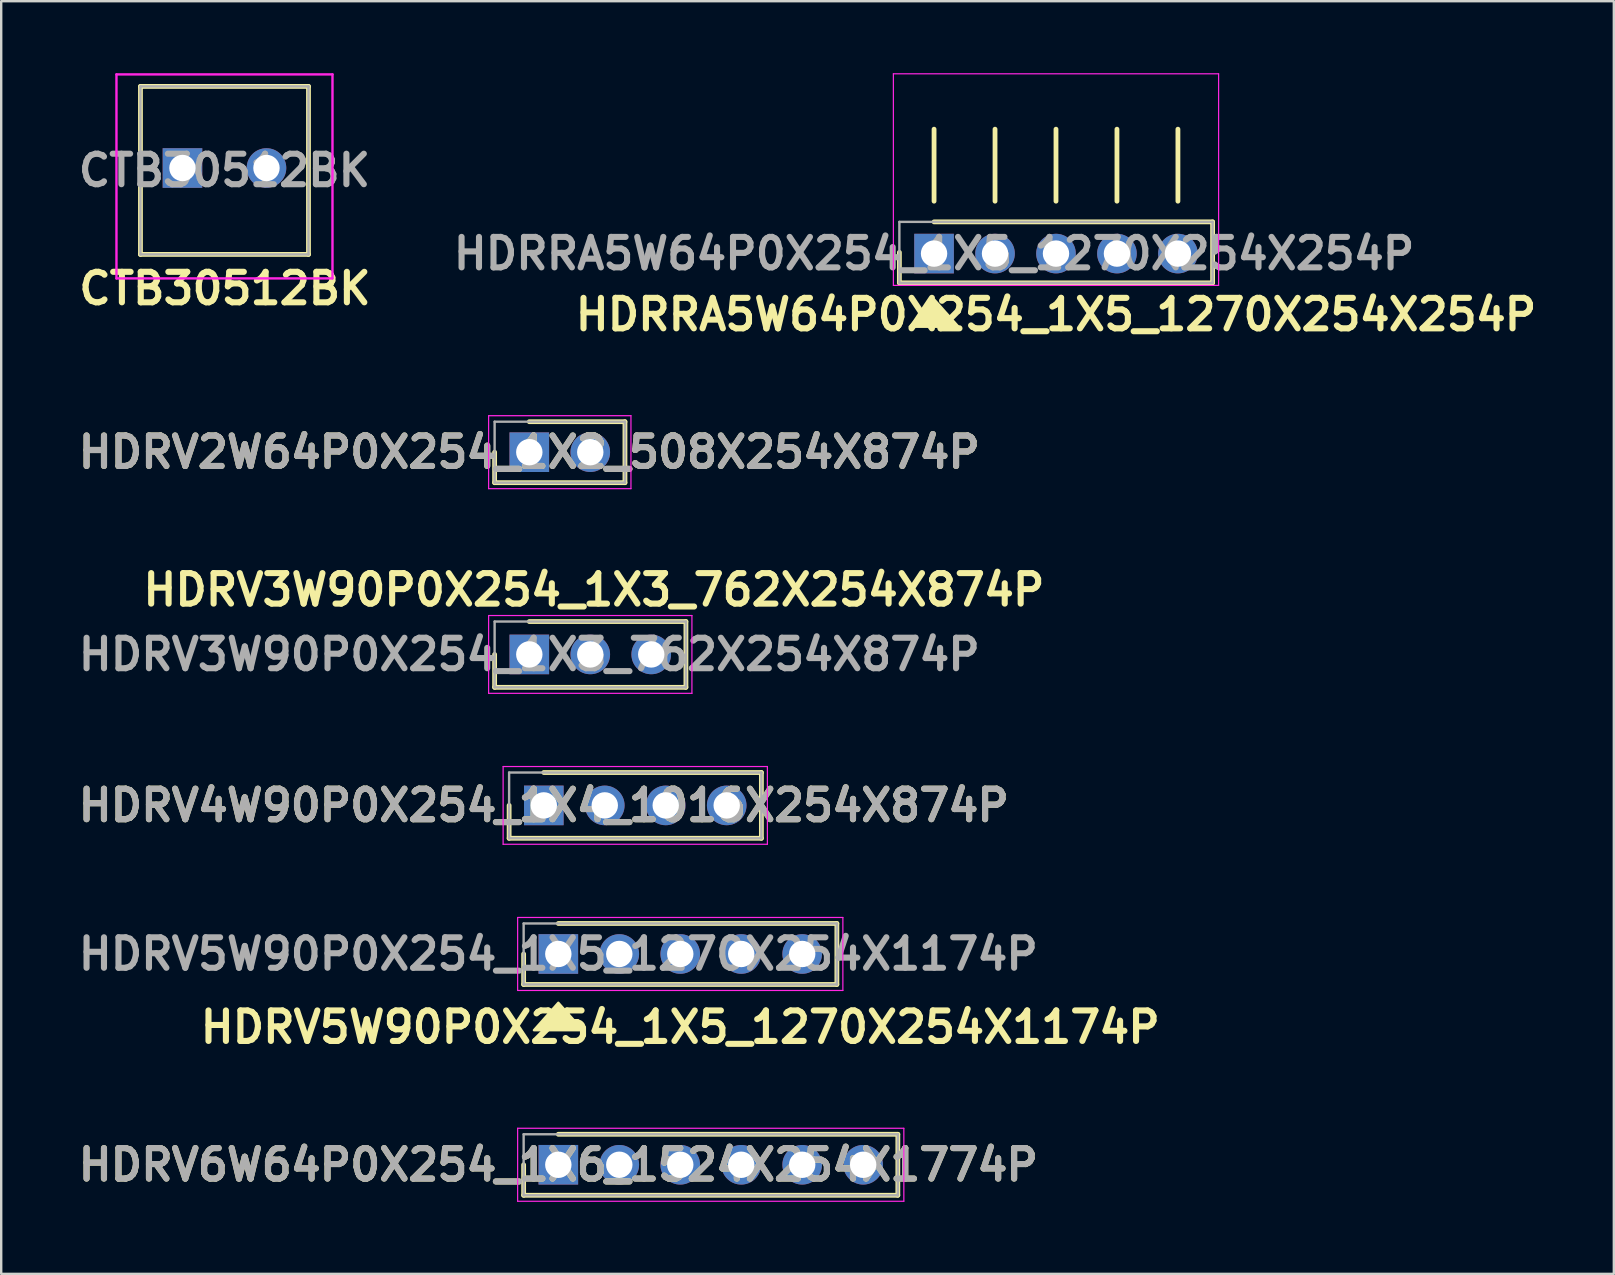
<source format=kicad_pcb>
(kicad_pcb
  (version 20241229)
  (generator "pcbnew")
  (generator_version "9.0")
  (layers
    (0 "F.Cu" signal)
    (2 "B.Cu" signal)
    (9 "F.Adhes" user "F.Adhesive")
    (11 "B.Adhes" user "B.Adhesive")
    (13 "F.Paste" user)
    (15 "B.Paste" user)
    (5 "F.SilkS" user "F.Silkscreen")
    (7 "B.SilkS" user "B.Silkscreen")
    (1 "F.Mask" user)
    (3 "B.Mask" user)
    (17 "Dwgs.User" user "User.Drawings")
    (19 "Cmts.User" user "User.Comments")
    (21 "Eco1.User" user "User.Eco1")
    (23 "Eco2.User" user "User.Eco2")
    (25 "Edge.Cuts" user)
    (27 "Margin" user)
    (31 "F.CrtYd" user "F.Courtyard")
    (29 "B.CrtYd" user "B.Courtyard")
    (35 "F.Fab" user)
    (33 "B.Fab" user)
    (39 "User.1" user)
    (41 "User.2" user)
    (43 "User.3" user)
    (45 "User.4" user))
  (footprint "CTB30512BK"
    (layer "F.Cu")
    (at 4.552 3.95)
    (property "Reference" "CTB30512BK" (at 1.77 5.02 0) (layer "F.SilkS") (effects (font (size 1.27 1.27) (thickness 0.254))))
    (attr through_hole)
    (fp_line (start -1.75 -3.4) (end 5.25 -3.4) (stroke (width 0.2) (type solid)) (layer "F.SilkS"))
    (fp_line (start -1.75 3.6) (end -1.75 -3.4) (stroke (width 0.2) (type solid)) (layer "F.SilkS"))
    (fp_line (start 5.25 -3.4) (end 5.25 3.6) (stroke (width 0.2) (type solid)) (layer "F.SilkS"))
    (fp_line (start 5.25 3.6) (end -1.75 3.6) (stroke (width 0.2) (type solid)) (layer "F.SilkS"))
    (fp_line (start -2.75 -3.9) (end 6.25 -3.9) (stroke (width 0.1) (type solid)) (layer "F.CrtYd"))
    (fp_line (start -2.75 4.6) (end -2.75 -3.9) (stroke (width 0.1) (type solid)) (layer "F.CrtYd"))
    (fp_line (start 6.25 -3.9) (end 6.25 4.6) (stroke (width 0.1) (type solid)) (layer "F.CrtYd"))
    (fp_line (start 6.25 4.6) (end -2.75 4.6) (stroke (width 0.1) (type solid)) (layer "F.CrtYd"))
    (fp_line (start -1.75 -3.4) (end -1.75 3.6) (stroke (width 0.1) (type solid)) (layer "F.Fab"))
    (fp_line (start -1.75 3.6) (end 5.25 3.6) (stroke (width 0.1) (type solid)) (layer "F.Fab"))
    (fp_line (start 5.25 -3.4) (end -1.75 -3.4) (stroke (width 0.1) (type solid)) (layer "F.Fab"))
    (fp_line (start 5.25 3.6) (end 5.25 -3.4) (stroke (width 0.1) (type solid)) (layer "F.Fab"))
    (fp_text user "${REFERENCE}" (at 1.75 0.1 0) (layer "F.Fab") (effects (font (size 1.27 1.27) (thickness 0.254))))
    (pad "1" thru_hole rect (at 0 0) (size 1.65 1.65) (drill 1.1) (layers "*.Cu" "*.Mask"))
    (pad "2" thru_hole circle (at 3.5 0) (size 1.65 1.65) (drill 1.1) (layers "*.Cu" "*.Mask")))
  (footprint "HDRV5W90P0X254_1X5_1270X254X1174P"
    (layer "F.Cu")
    (at 20.211 36.695)
    (property "Reference" "HDRV5W90P0X254_1X5_1270X254X1174P" (at 5.08 3.048 0) (layer "F.SilkS") (effects (font (size 1.27 1.27) (thickness 0.254))))
    (attr through_hole)
    (fp_line (start -1.445 0) (end -1.445 1.27) (stroke (width 0.2) (type solid)) (layer "F.SilkS"))
    (fp_line (start -1.445 1.27) (end 11.605 1.27) (stroke (width 0.2) (type solid)) (layer "F.SilkS"))
    (fp_line (start 11.605 -1.27) (end 0 -1.27) (stroke (width 0.2) (type solid)) (layer "F.SilkS"))
    (fp_line (start 11.605 1.27) (end 11.605 -1.27) (stroke (width 0.2) (type solid)) (layer "F.SilkS"))
    (fp_poly (pts (xy 0 2.032) (xy -1.016 3.175) (xy 1.016 3.175)) (stroke (width 0.1) (type solid)) (fill yes) (layer "F.SilkS"))
    (fp_line (start -1.695 -1.52) (end 11.855 -1.52) (stroke (width 0.05) (type solid)) (layer "F.CrtYd"))
    (fp_line (start -1.695 1.52) (end -1.695 -1.52) (stroke (width 0.05) (type solid)) (layer "F.CrtYd"))
    (fp_line (start 11.855 -1.52) (end 11.855 1.52) (stroke (width 0.05) (type solid)) (layer "F.CrtYd"))
    (fp_line (start 11.855 1.52) (end -1.695 1.52) (stroke (width 0.05) (type solid)) (layer "F.CrtYd"))
    (fp_line (start -1.445 -1.27) (end 11.605 -1.27) (stroke (width 0.1) (type solid)) (layer "F.Fab"))
    (fp_line (start -1.445 1.27) (end -1.445 -1.27) (stroke (width 0.1) (type solid)) (layer "F.Fab"))
    (fp_line (start 11.605 -1.27) (end 11.605 1.27) (stroke (width 0.1) (type solid)) (layer "F.Fab"))
    (fp_line (start 11.605 1.27) (end -1.445 1.27) (stroke (width 0.1) (type solid)) (layer "F.Fab"))
    (fp_text user "${REFERENCE}" (at 0 0 0) (layer "F.Fab") (effects (font (size 1.27 1.27) (thickness 0.254))))
    (pad "1" thru_hole rect (at 0 0) (size 1.65 1.65) (drill 1.1) (layers "*.Cu" "*.Mask"))
    (pad "2" thru_hole circle (at 2.54 0) (size 1.65 1.65) (drill 1.1) (layers "*.Cu" "*.Mask"))
    (pad "3" thru_hole circle (at 5.08 0) (size 1.65 1.65) (drill 1.1) (layers "*.Cu" "*.Mask"))
    (pad "4" thru_hole circle (at 7.62 0) (size 1.65 1.65) (drill 1.1) (layers "*.Cu" "*.Mask"))
    (pad "5" thru_hole circle (at 10.16 0) (size 1.65 1.65) (drill 1.1) (layers "*.Cu" "*.Mask")))
  (footprint "HDRV6W64P0X254_1X6_1524X254X1774P"
    (layer "F.Cu")
    (at 20.211 45.477)
    (property "Reference" "HDRV6W64P0X254_1X6_1524X254X1774P" (at 0 0 0) (layer "F.SilkS") (effects (font (size 1.27 1.27) (thickness 0.254))))
    (attr through_hole)
    (fp_line (start -1.445 0) (end -1.445 1.27) (stroke (width 0.2) (type solid)) (layer "F.SilkS"))
    (fp_line (start -1.445 1.27) (end 14.145 1.27) (stroke (width 0.2) (type solid)) (layer "F.SilkS"))
    (fp_line (start 14.145 -1.27) (end 0 -1.27) (stroke (width 0.2) (type solid)) (layer "F.SilkS"))
    (fp_line (start 14.145 1.27) (end 14.145 -1.27) (stroke (width 0.2) (type solid)) (layer "F.SilkS"))
    (fp_line (start -1.695 -1.52) (end 14.395 -1.52) (stroke (width 0.05) (type solid)) (layer "F.CrtYd"))
    (fp_line (start -1.695 1.52) (end -1.695 -1.52) (stroke (width 0.05) (type solid)) (layer "F.CrtYd"))
    (fp_line (start 14.395 -1.52) (end 14.395 1.52) (stroke (width 0.05) (type solid)) (layer "F.CrtYd"))
    (fp_line (start 14.395 1.52) (end -1.695 1.52) (stroke (width 0.05) (type solid)) (layer "F.CrtYd"))
    (fp_line (start -1.445 -1.27) (end 14.145 -1.27) (stroke (width 0.1) (type solid)) (layer "F.Fab"))
    (fp_line (start -1.445 1.27) (end -1.445 -1.27) (stroke (width 0.1) (type solid)) (layer "F.Fab"))
    (fp_line (start 14.145 -1.27) (end 14.145 1.27) (stroke (width 0.1) (type solid)) (layer "F.Fab"))
    (fp_line (start 14.145 1.27) (end -1.445 1.27) (stroke (width 0.1) (type solid)) (layer "F.Fab"))
    (fp_text user "${REFERENCE}" (at 0 0 0) (layer "F.Fab") (effects (font (size 1.27 1.27) (thickness 0.254))))
    (pad "1" thru_hole rect (at 0 0) (size 1.65 1.65) (drill 1.1) (layers "*.Cu" "*.Mask"))
    (pad "2" thru_hole circle (at 2.54 0) (size 1.65 1.65) (drill 1.1) (layers "*.Cu" "*.Mask"))
    (pad "3" thru_hole circle (at 5.08 0) (size 1.65 1.65) (drill 1.1) (layers "*.Cu" "*.Mask"))
    (pad "4" thru_hole circle (at 7.62 0) (size 1.65 1.65) (drill 1.1) (layers "*.Cu" "*.Mask"))
    (pad "5" thru_hole circle (at 10.16 0) (size 1.65 1.65) (drill 1.1) (layers "*.Cu" "*.Mask"))
    (pad "6" thru_hole circle (at 12.7 0) (size 1.65 1.65) (drill 1.1) (layers "*.Cu" "*.Mask")))
  (footprint "HDRV4W90P0X254_1X4_1016X254X874P"
    (layer "F.Cu")
    (at 19.606 30.505)
    (property "Reference" "HDRV4W90P0X254_1X4_1016X254X874P" (at 0 0 0) (layer "F.SilkS") (effects (font (size 1.27 1.27) (thickness 0.254))))
    (attr through_hole)
    (fp_line (start -1.445 0) (end -1.445 1.37) (stroke (width 0.2) (type solid)) (layer "F.SilkS"))
    (fp_line (start -1.445 1.37) (end 9.065 1.37) (stroke (width 0.2) (type solid)) (layer "F.SilkS"))
    (fp_line (start 9.065 -1.37) (end 0 -1.37) (stroke (width 0.2) (type solid)) (layer "F.SilkS"))
    (fp_line (start 9.065 1.37) (end 9.065 -1.37) (stroke (width 0.2) (type solid)) (layer "F.SilkS"))
    (fp_line (start -1.695 -1.62) (end 9.315 -1.62) (stroke (width 0.05) (type solid)) (layer "F.CrtYd"))
    (fp_line (start -1.695 1.62) (end -1.695 -1.62) (stroke (width 0.05) (type solid)) (layer "F.CrtYd"))
    (fp_line (start 9.315 -1.62) (end 9.315 1.62) (stroke (width 0.05) (type solid)) (layer "F.CrtYd"))
    (fp_line (start 9.315 1.62) (end -1.695 1.62) (stroke (width 0.05) (type solid)) (layer "F.CrtYd"))
    (fp_line (start -1.445 -1.37) (end 9.065 -1.37) (stroke (width 0.1) (type solid)) (layer "F.Fab"))
    (fp_line (start -1.445 1.37) (end -1.445 -1.37) (stroke (width 0.1) (type solid)) (layer "F.Fab"))
    (fp_line (start 9.065 -1.37) (end 9.065 1.37) (stroke (width 0.1) (type solid)) (layer "F.Fab"))
    (fp_line (start 9.065 1.37) (end -1.445 1.37) (stroke (width 0.1) (type solid)) (layer "F.Fab"))
    (fp_text user "${REFERENCE}" (at 0 0 0) (layer "F.Fab") (effects (font (size 1.27 1.27) (thickness 0.254))))
    (pad "1" thru_hole rect (at 0 0) (size 1.65 1.65) (drill 1.1) (layers "*.Cu" "*.Mask"))
    (pad "2" thru_hole circle (at 2.54 0) (size 1.65 1.65) (drill 1.1) (layers "*.Cu" "*.Mask"))
    (pad "3" thru_hole circle (at 5.08 0) (size 1.65 1.65) (drill 1.1) (layers "*.Cu" "*.Mask"))
    (pad "4" thru_hole circle (at 7.62 0) (size 1.65 1.65) (drill 1.1) (layers "*.Cu" "*.Mask")))
  (footprint "HDRV3W90P0X254_1X3_762X254X874P"
    (layer "F.Cu")
    (at 19.002 24.215)
    (property "Reference" "HDRV3W90P0X254_1X3_762X254X874P" (at 2.692 -2.692 0) (layer "F.SilkS") (effects (font (size 1.27 1.27) (thickness 0.254))))
    (attr through_hole)
    (fp_line (start -1.445 0) (end -1.445 1.37) (stroke (width 0.2) (type solid)) (layer "F.SilkS"))
    (fp_line (start -1.445 1.37) (end 6.525 1.37) (stroke (width 0.2) (type solid)) (layer "F.SilkS"))
    (fp_line (start 6.525 -1.37) (end 0 -1.37) (stroke (width 0.2) (type solid)) (layer "F.SilkS"))
    (fp_line (start 6.525 1.37) (end 6.525 -1.37) (stroke (width 0.2) (type solid)) (layer "F.SilkS"))
    (fp_line (start -1.695 -1.62) (end 6.775 -1.62) (stroke (width 0.05) (type solid)) (layer "F.CrtYd"))
    (fp_line (start -1.695 1.62) (end -1.695 -1.62) (stroke (width 0.05) (type solid)) (layer "F.CrtYd"))
    (fp_line (start 6.775 -1.62) (end 6.775 1.62) (stroke (width 0.05) (type solid)) (layer "F.CrtYd"))
    (fp_line (start 6.775 1.62) (end -1.695 1.62) (stroke (width 0.05) (type solid)) (layer "F.CrtYd"))
    (fp_line (start -1.445 -1.37) (end 6.525 -1.37) (stroke (width 0.1) (type solid)) (layer "F.Fab"))
    (fp_line (start -1.445 1.37) (end -1.445 -1.37) (stroke (width 0.1) (type solid)) (layer "F.Fab"))
    (fp_line (start 6.525 -1.37) (end 6.525 1.37) (stroke (width 0.1) (type solid)) (layer "F.Fab"))
    (fp_line (start 6.525 1.37) (end -1.445 1.37) (stroke (width 0.1) (type solid)) (layer "F.Fab"))
    (fp_text user "${REFERENCE}" (at 0 0 0) (layer "F.Fab") (effects (font (size 1.27 1.27) (thickness 0.254))))
    (pad "1" thru_hole rect (at 0 0) (size 1.65 1.65) (drill 1.1) (layers "*.Cu" "*.Mask"))
    (pad "2" thru_hole circle (at 2.54 0) (size 1.65 1.65) (drill 1.1) (layers "*.Cu" "*.Mask"))
    (pad "3" thru_hole circle (at 5.08 0) (size 1.65 1.65) (drill 1.1) (layers "*.Cu" "*.Mask")))
  (footprint "HDRRA5W64P0X254_1X5_1270X254X254P"
    (layer "F.Cu")
    (at 35.865 7.515)
    (property "Reference" "HDRRA5W64P0X254_1X5_1270X254X254P" (at 5.08 2.54 0) (layer "F.SilkS") (effects (font (size 1.27 1.27) (thickness 0.254))))
    (attr through_hole)
    (fp_line (start -1.445 -0.051) (end -1.445 1.219) (stroke (width 0.2) (type solid)) (layer "F.SilkS"))
    (fp_line (start -1.445 1.219) (end 11.605 1.219) (stroke (width 0.2) (type solid)) (layer "F.SilkS"))
    (fp_line (start 0 -2.183) (end 0 -5.183) (stroke (width 0.2) (type solid)) (layer "F.SilkS"))
    (fp_line (start 2.54 -2.183) (end 2.54 -5.183) (stroke (width 0.2) (type solid)) (layer "F.SilkS"))
    (fp_line (start 5.08 -2.183) (end 5.08 -5.183) (stroke (width 0.2) (type solid)) (layer "F.SilkS"))
    (fp_line (start 7.62 -2.183) (end 7.62 -5.183) (stroke (width 0.2) (type solid)) (layer "F.SilkS"))
    (fp_line (start 10.16 -2.183) (end 10.16 -5.183) (stroke (width 0.2) (type solid)) (layer "F.SilkS"))
    (fp_line (start 11.605 -1.321) (end 0 -1.321) (stroke (width 0.2) (type solid)) (layer "F.SilkS"))
    (fp_line (start 11.605 1.219) (end 11.605 -1.321) (stroke (width 0.2) (type solid)) (layer "F.SilkS"))
    (fp_poly (pts (xy 0 1.905) (xy -1.016 3.048) (xy 1.016 3.048)) (stroke (width 0.1) (type solid)) (fill yes) (layer "F.SilkS"))
    (fp_line (start -1.695 -7.49) (end -1.695 1.325) (stroke (width 0.05) (type solid)) (layer "F.CrtYd"))
    (fp_line (start -1.695 1.325) (end 11.855 1.325) (stroke (width 0.05) (type solid)) (layer "F.CrtYd"))
    (fp_line (start 11.855 -7.49) (end -1.695 -7.49) (stroke (width 0.05) (type solid)) (layer "F.CrtYd"))
    (fp_line (start 11.855 1.325) (end 11.855 -7.49) (stroke (width 0.05) (type solid)) (layer "F.CrtYd"))
    (fp_line (start -1.445 -1.321) (end 11.605 -1.321) (stroke (width 0.1) (type solid)) (layer "F.Fab"))
    (fp_line (start -1.445 1.219) (end -1.445 -1.321) (stroke (width 0.1) (type solid)) (layer "F.Fab"))
    (fp_line (start 11.605 -1.321) (end 11.605 1.219) (stroke (width 0.1) (type solid)) (layer "F.Fab"))
    (fp_line (start 11.605 1.219) (end -1.445 1.219) (stroke (width 0.1) (type solid)) (layer "F.Fab"))
    (fp_text user "${REFERENCE}" (at 0 0 0) (layer "F.Fab") (effects (font (size 1.27 1.27) (thickness 0.254))))
    (pad "1" thru_hole rect (at 0 0) (size 1.65 1.65) (drill 1.1) (layers "*.Cu" "*.Mask"))
    (pad "2" thru_hole circle (at 2.54 0) (size 1.65 1.65) (drill 1.1) (layers "*.Cu" "*.Mask"))
    (pad "3" thru_hole circle (at 5.08 0) (size 1.65 1.65) (drill 1.1) (layers "*.Cu" "*.Mask"))
    (pad "4" thru_hole circle (at 7.62 0) (size 1.65 1.65) (drill 1.1) (layers "*.Cu" "*.Mask"))
    (pad "5" thru_hole circle (at 10.16 0) (size 1.65 1.65) (drill 1.1) (layers "*.Cu" "*.Mask")))
  (footprint "HDRV2W64P0X254_1X2_508X254X874P"
    (layer "F.Cu")
    (at 19.002 15.789)
    (property "Reference" "HDRV2W64P0X254_1X2_508X254X874P" (at 0 0 0) (layer "F.SilkS") (effects (font (size 1.27 1.27) (thickness 0.254))))
    (attr through_hole)
    (fp_line (start -1.445 0) (end -1.445 1.27) (stroke (width 0.2) (type solid)) (layer "F.SilkS"))
    (fp_line (start -1.445 1.27) (end 3.985 1.27) (stroke (width 0.2) (type solid)) (layer "F.SilkS"))
    (fp_line (start 3.985 -1.27) (end 0 -1.27) (stroke (width 0.2) (type solid)) (layer "F.SilkS"))
    (fp_line (start 3.985 1.27) (end 3.985 -1.27) (stroke (width 0.2) (type solid)) (layer "F.SilkS"))
    (fp_line (start -1.695 -1.52) (end 4.235 -1.52) (stroke (width 0.05) (type solid)) (layer "F.CrtYd"))
    (fp_line (start -1.695 1.52) (end -1.695 -1.52) (stroke (width 0.05) (type solid)) (layer "F.CrtYd"))
    (fp_line (start 4.235 -1.52) (end 4.235 1.52) (stroke (width 0.05) (type solid)) (layer "F.CrtYd"))
    (fp_line (start 4.235 1.52) (end -1.695 1.52) (stroke (width 0.05) (type solid)) (layer "F.CrtYd"))
    (fp_line (start -1.445 -1.27) (end 3.985 -1.27) (stroke (width 0.1) (type solid)) (layer "F.Fab"))
    (fp_line (start -1.445 1.27) (end -1.445 -1.27) (stroke (width 0.1) (type solid)) (layer "F.Fab"))
    (fp_line (start 3.985 -1.27) (end 3.985 1.27) (stroke (width 0.1) (type solid)) (layer "F.Fab"))
    (fp_line (start 3.985 1.27) (end -1.445 1.27) (stroke (width 0.1) (type solid)) (layer "F.Fab"))
    (fp_text user "${REFERENCE}" (at 0 0 0) (layer "F.Fab") (effects (font (size 1.27 1.27) (thickness 0.254))))
    (pad "1" thru_hole rect (at 0 0) (size 1.65 1.65) (drill 1.1) (layers "*.Cu" "*.Mask"))
    (pad "2" thru_hole circle (at 2.54 0) (size 1.65 1.65) (drill 1.1) (layers "*.Cu" "*.Mask")))
  (gr_rect
    (start -3 -3)
    (end 64.186 50.022)
    (stroke (width 0.1) (type default))
    (fill no)
    (layer "Edge.Cuts")))
</source>
